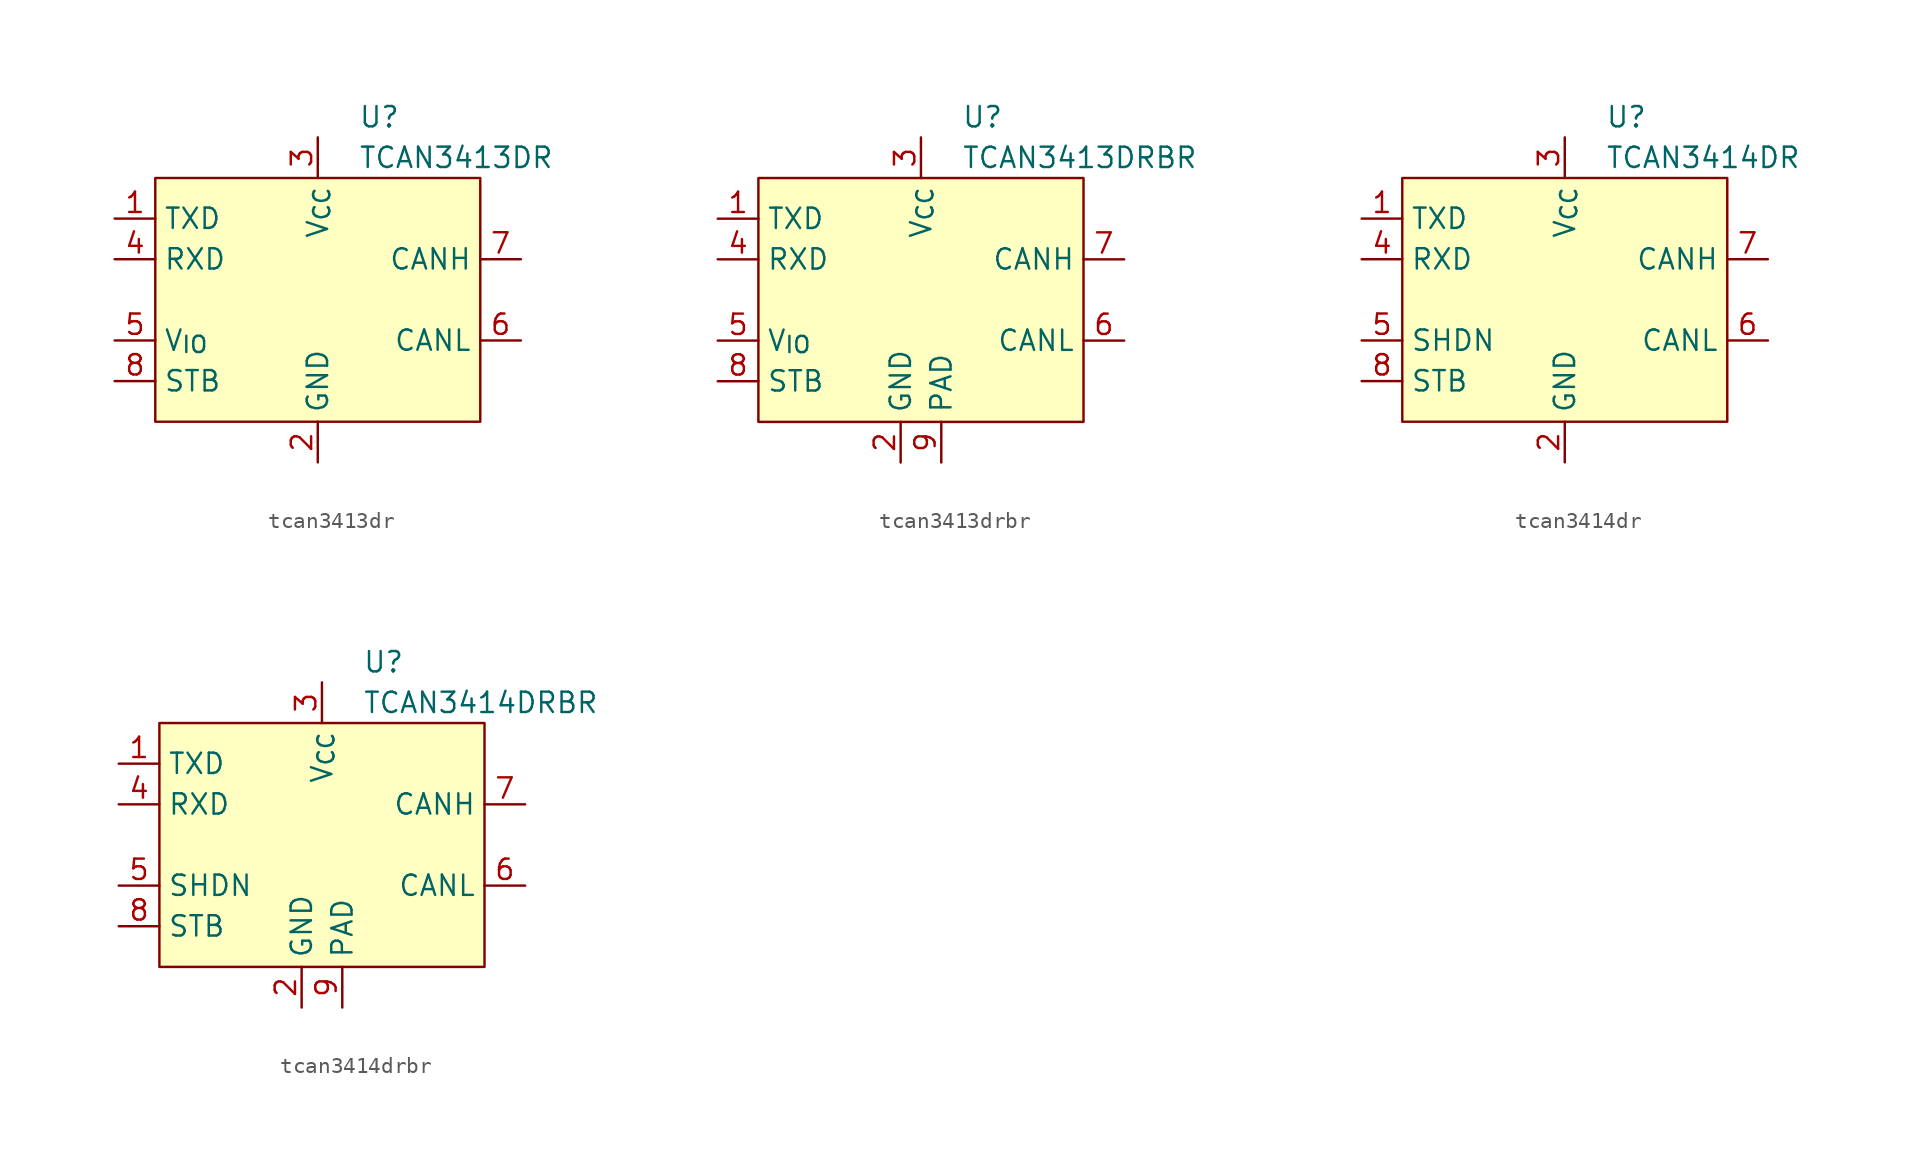
<source format=kicad_sym>
(kicad_symbol_lib
  (version 20241209)
  (generator "kicad_symbol_editor")
  (generator_version "9.0")
  (symbol "tcan3413dr"
    (property "Reference" "U"
      (at 2.54 11.43 0)
      (effects (font (size 1.27 1.27)) (justify left)))
    (property "Value" "TCAN3413DR"
      (at 2.54 8.89 0)
      (effects (font (size 1.27 1.27)) (justify left)))
    (symbol "tcan3413dr_1_1"
      (rectangle (start -10.16 7.62) (end 10.16 -7.62) (stroke (width 0) (type default)) (fill (type background)))
      (pin input line (at -12.7 5.08 0) (length 2.54) (name "TXD" (effects (font (size 1.27 1.27)))) (number "1" (effects (font (size 1.27 1.27)))))
      (pin output line (at -12.7 2.54 0) (length 2.54) (name "RXD" (effects (font (size 1.27 1.27)))) (number "4" (effects (font (size 1.27 1.27)))))
      (pin power_in line (at -12.7 -2.54 0) (length 2.54) (name "V_{IO}" (effects (font (size 1.27 1.27)))) (number "5" (effects (font (size 1.27 1.27)))))
      (pin input line (at -12.7 -5.08 0) (length 2.54) (name "STB" (effects (font (size 1.27 1.27)))) (number "8" (effects (font (size 1.27 1.27)))))
      (pin power_in line (at 0 10.16 270) (length 2.54) (name "V_{CC}" (effects (font (size 1.27 1.27)))) (number "3" (effects (font (size 1.27 1.27)))))
      (pin power_in line (at 0 -10.16 90) (length 2.54) (name "GND" (effects (font (size 1.27 1.27)))) (number "2" (effects (font (size 1.27 1.27)))))
      (pin bidirectional line (at 12.7 2.54 180) (length 2.54) (name "CANH" (effects (font (size 1.27 1.27)))) (number "7" (effects (font (size 1.27 1.27)))))
      (pin bidirectional line (at 12.7 -2.54 180) (length 2.54) (name "CANL" (effects (font (size 1.27 1.27)))) (number "6" (effects (font (size 1.27 1.27)))))))
  (symbol "tcan3413drbr"
    (property "Reference" "U"
      (at 2.54 11.43 0)
      (effects (font (size 1.27 1.27)) (justify left)))
    (property "Value" "TCAN3413DRBR"
      (at 2.54 8.89 0)
      (effects (font (size 1.27 1.27)) (justify left)))
    (symbol "tcan3413drbr_1_1"
      (rectangle (start -10.16 7.62) (end 10.16 -7.62) (stroke (width 0) (type default)) (fill (type background)))
      (pin input line (at -12.7 5.08 0) (length 2.54) (name "TXD" (effects (font (size 1.27 1.27)))) (number "1" (effects (font (size 1.27 1.27)))))
      (pin output line (at -12.7 2.54 0) (length 2.54) (name "RXD" (effects (font (size 1.27 1.27)))) (number "4" (effects (font (size 1.27 1.27)))))
      (pin power_in line (at -12.7 -2.54 0) (length 2.54) (name "V_{IO}" (effects (font (size 1.27 1.27)))) (number "5" (effects (font (size 1.27 1.27)))))
      (pin input line (at -12.7 -5.08 0) (length 2.54) (name "STB" (effects (font (size 1.27 1.27)))) (number "8" (effects (font (size 1.27 1.27)))))
      (pin power_in line (at -1.27 -10.16 90) (length 2.54) (name "GND" (effects (font (size 1.27 1.27)))) (number "2" (effects (font (size 1.27 1.27)))))
      (pin power_in line (at 0 10.16 270) (length 2.54) (name "V_{CC}" (effects (font (size 1.27 1.27)))) (number "3" (effects (font (size 1.27 1.27)))))
      (pin power_in line (at 1.27 -10.16 90) (length 2.54) (name "PAD" (effects (font (size 1.27 1.27)))) (number "9" (effects (font (size 1.27 1.27)))))
      (pin bidirectional line (at 12.7 2.54 180) (length 2.54) (name "CANH" (effects (font (size 1.27 1.27)))) (number "7" (effects (font (size 1.27 1.27)))))
      (pin bidirectional line (at 12.7 -2.54 180) (length 2.54) (name "CANL" (effects (font (size 1.27 1.27)))) (number "6" (effects (font (size 1.27 1.27)))))))
  (symbol "tcan3414dr"
    (property "Reference" "U"
      (at 2.54 11.43 0)
      (effects (font (size 1.27 1.27)) (justify left)))
    (property "Value" "TCAN3414DR"
      (at 2.54 8.89 0)
      (effects (font (size 1.27 1.27)) (justify left)))
    (symbol "tcan3414dr_1_1"
      (rectangle (start -10.16 7.62) (end 10.16 -7.62) (stroke (width 0) (type default)) (fill (type background)))
      (pin input line (at -12.7 5.08 0) (length 2.54) (name "TXD" (effects (font (size 1.27 1.27)))) (number "1" (effects (font (size 1.27 1.27)))))
      (pin output line (at -12.7 2.54 0) (length 2.54) (name "RXD" (effects (font (size 1.27 1.27)))) (number "4" (effects (font (size 1.27 1.27)))))
      (pin input line (at -12.7 -2.54 0) (length 2.54) (name "SHDN" (effects (font (size 1.27 1.27)))) (number "5" (effects (font (size 1.27 1.27)))))
      (pin input line (at -12.7 -5.08 0) (length 2.54) (name "STB" (effects (font (size 1.27 1.27)))) (number "8" (effects (font (size 1.27 1.27)))))
      (pin power_in line (at 0 10.16 270) (length 2.54) (name "V_{CC}" (effects (font (size 1.27 1.27)))) (number "3" (effects (font (size 1.27 1.27)))))
      (pin power_in line (at 0 -10.16 90) (length 2.54) (name "GND" (effects (font (size 1.27 1.27)))) (number "2" (effects (font (size 1.27 1.27)))))
      (pin bidirectional line (at 12.7 2.54 180) (length 2.54) (name "CANH" (effects (font (size 1.27 1.27)))) (number "7" (effects (font (size 1.27 1.27)))))
      (pin bidirectional line (at 12.7 -2.54 180) (length 2.54) (name "CANL" (effects (font (size 1.27 1.27)))) (number "6" (effects (font (size 1.27 1.27)))))))
  (symbol "tcan3414drbr"
    (property "Reference" "U"
      (at 2.54 11.43 0)
      (effects (font (size 1.27 1.27)) (justify left)))
    (property "Value" "TCAN3414DRBR"
      (at 2.54 8.89 0)
      (effects (font (size 1.27 1.27)) (justify left)))
    (symbol "tcan3414drbr_1_1"
      (rectangle (start -10.16 7.62) (end 10.16 -7.62) (stroke (width 0) (type default)) (fill (type background)))
      (pin input line (at -12.7 5.08 0) (length 2.54) (name "TXD" (effects (font (size 1.27 1.27)))) (number "1" (effects (font (size 1.27 1.27)))))
      (pin output line (at -12.7 2.54 0) (length 2.54) (name "RXD" (effects (font (size 1.27 1.27)))) (number "4" (effects (font (size 1.27 1.27)))))
      (pin input line (at -12.7 -2.54 0) (length 2.54) (name "SHDN" (effects (font (size 1.27 1.27)))) (number "5" (effects (font (size 1.27 1.27)))))
      (pin input line (at -12.7 -5.08 0) (length 2.54) (name "STB" (effects (font (size 1.27 1.27)))) (number "8" (effects (font (size 1.27 1.27)))))
      (pin power_in line (at -1.27 -10.16 90) (length 2.54) (name "GND" (effects (font (size 1.27 1.27)))) (number "2" (effects (font (size 1.27 1.27)))))
      (pin power_in line (at 0 10.16 270) (length 2.54) (name "V_{CC}" (effects (font (size 1.27 1.27)))) (number "3" (effects (font (size 1.27 1.27)))))
      (pin power_in line (at 1.27 -10.16 90) (length 2.54) (name "PAD" (effects (font (size 1.27 1.27)))) (number "9" (effects (font (size 1.27 1.27)))))
      (pin bidirectional line (at 12.7 2.54 180) (length 2.54) (name "CANH" (effects (font (size 1.27 1.27)))) (number "7" (effects (font (size 1.27 1.27)))))
      (pin bidirectional line (at 12.7 -2.54 180) (length 2.54) (name "CANL" (effects (font (size 1.27 1.27)))) (number "6" (effects (font (size 1.27 1.27))))))))
</source>
